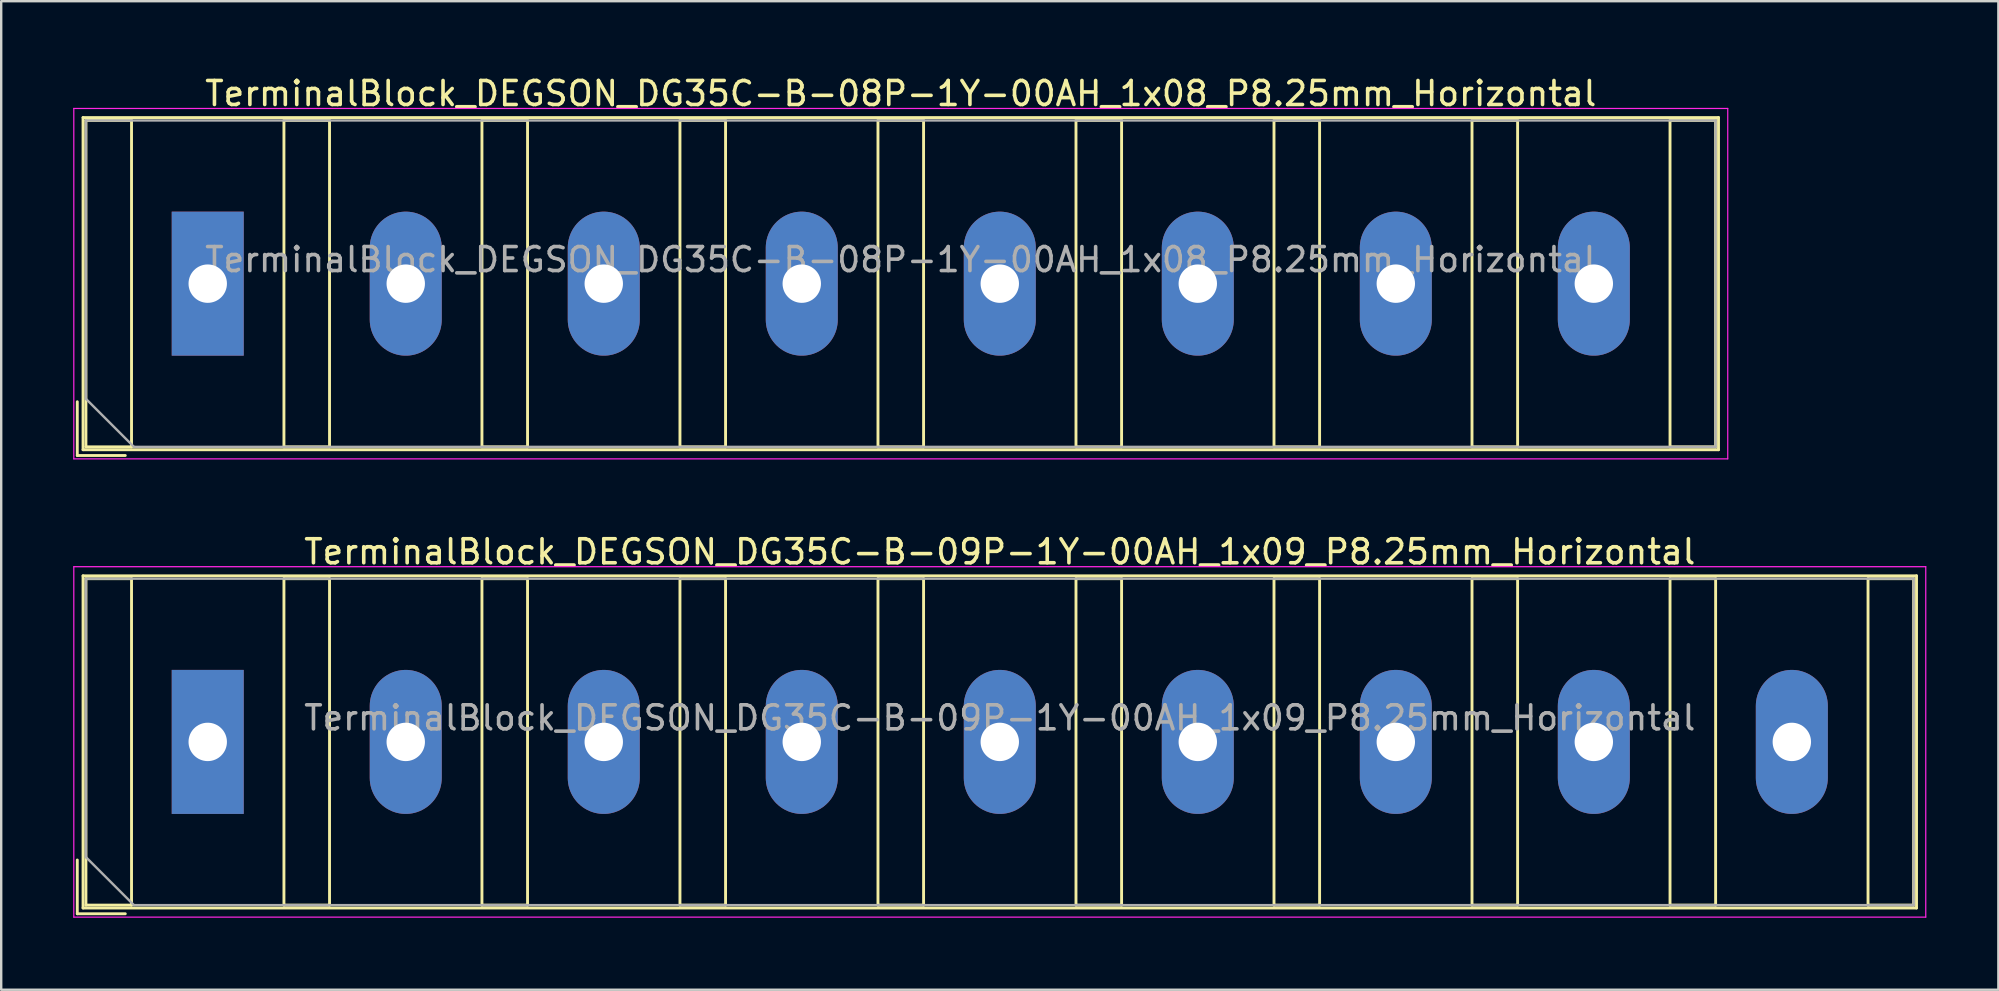
<source format=kicad_pcb>
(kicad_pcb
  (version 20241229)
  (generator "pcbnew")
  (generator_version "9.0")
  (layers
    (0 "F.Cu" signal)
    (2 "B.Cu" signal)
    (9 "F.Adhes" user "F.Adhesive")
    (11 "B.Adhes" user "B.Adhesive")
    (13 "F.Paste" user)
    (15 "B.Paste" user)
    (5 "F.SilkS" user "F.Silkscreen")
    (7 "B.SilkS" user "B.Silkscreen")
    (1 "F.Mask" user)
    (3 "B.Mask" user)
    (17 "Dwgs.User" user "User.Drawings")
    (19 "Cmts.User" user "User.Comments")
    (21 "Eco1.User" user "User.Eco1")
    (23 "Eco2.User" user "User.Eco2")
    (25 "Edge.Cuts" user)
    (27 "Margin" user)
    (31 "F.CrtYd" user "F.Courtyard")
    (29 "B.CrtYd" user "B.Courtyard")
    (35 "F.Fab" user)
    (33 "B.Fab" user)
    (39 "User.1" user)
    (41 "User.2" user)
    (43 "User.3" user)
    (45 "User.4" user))
  (footprint "TerminalBlock_DEGSON_DG35C-B-08P-1Y-00AH_1x08_P8.25mm_Horizontal"
    (layer "F.Cu")
    (at 5.605 8.768)
    (property "Reference" "TerminalBlock_DEGSON_DG35C-B-08P-1Y-00AH_1x08_P8.25mm_Horizontal" (at 28.875 -7.92 0) (layer "F.SilkS") (effects (font (size 1 1) (thickness 0.15))))
    (attr through_hole)
    (fp_line (start -1.98 -3.48) (end -1.98 3.48) (stroke (width 0.01) (type solid)) (layer "F.Mask"))
    (fp_line (start -1.98 3.48) (end 1.98 3.48) (stroke (width 0.01) (type solid)) (layer "F.Mask"))
    (fp_line (start 1.98 -3.48) (end -1.98 -3.48) (stroke (width 0.01) (type solid)) (layer "F.Mask"))
    (fp_line (start 1.98 3.48) (end 1.98 -3.48) (stroke (width 0.01) (type solid)) (layer "F.Mask"))
    (fp_line (start 6.27 -3.48) (end 6.27 3.48) (stroke (width 0.01) (type solid)) (layer "F.Mask"))
    (fp_line (start 6.27 3.48) (end 10.23 3.48) (stroke (width 0.01) (type solid)) (layer "F.Mask"))
    (fp_line (start 10.23 -3.48) (end 6.27 -3.48) (stroke (width 0.01) (type solid)) (layer "F.Mask"))
    (fp_line (start 10.23 3.48) (end 10.23 -3.48) (stroke (width 0.01) (type solid)) (layer "F.Mask"))
    (fp_line (start 14.52 -3.48) (end 14.52 3.48) (stroke (width 0.01) (type solid)) (layer "F.Mask"))
    (fp_line (start 14.52 3.48) (end 18.48 3.48) (stroke (width 0.01) (type solid)) (layer "F.Mask"))
    (fp_line (start 18.48 -3.48) (end 14.52 -3.48) (stroke (width 0.01) (type solid)) (layer "F.Mask"))
    (fp_line (start 18.48 3.48) (end 18.48 -3.48) (stroke (width 0.01) (type solid)) (layer "F.Mask"))
    (fp_line (start 22.77 -3.48) (end 22.77 3.48) (stroke (width 0.01) (type solid)) (layer "F.Mask"))
    (fp_line (start 22.77 3.48) (end 26.73 3.48) (stroke (width 0.01) (type solid)) (layer "F.Mask"))
    (fp_line (start 26.73 -3.48) (end 22.77 -3.48) (stroke (width 0.01) (type solid)) (layer "F.Mask"))
    (fp_line (start 26.73 3.48) (end 26.73 -3.48) (stroke (width 0.01) (type solid)) (layer "F.Mask"))
    (fp_line (start 31.02 -3.48) (end 31.02 3.48) (stroke (width 0.01) (type solid)) (layer "F.Mask"))
    (fp_line (start 31.02 3.48) (end 34.98 3.48) (stroke (width 0.01) (type solid)) (layer "F.Mask"))
    (fp_line (start 34.98 -3.48) (end 31.02 -3.48) (stroke (width 0.01) (type solid)) (layer "F.Mask"))
    (fp_line (start 34.98 3.48) (end 34.98 -3.48) (stroke (width 0.01) (type solid)) (layer "F.Mask"))
    (fp_line (start 39.27 -3.48) (end 39.27 3.48) (stroke (width 0.01) (type solid)) (layer "F.Mask"))
    (fp_line (start 39.27 3.48) (end 43.23 3.48) (stroke (width 0.01) (type solid)) (layer "F.Mask"))
    (fp_line (start 43.23 -3.48) (end 39.27 -3.48) (stroke (width 0.01) (type solid)) (layer "F.Mask"))
    (fp_line (start 43.23 3.48) (end 43.23 -3.48) (stroke (width 0.01) (type solid)) (layer "F.Mask"))
    (fp_line (start 47.52 -3.48) (end 47.52 3.48) (stroke (width 0.01) (type solid)) (layer "F.Mask"))
    (fp_line (start 47.52 3.48) (end 51.48 3.48) (stroke (width 0.01) (type solid)) (layer "F.Mask"))
    (fp_line (start 51.48 -3.48) (end 47.52 -3.48) (stroke (width 0.01) (type solid)) (layer "F.Mask"))
    (fp_line (start 51.48 3.48) (end 51.48 -3.48) (stroke (width 0.01) (type solid)) (layer "F.Mask"))
    (fp_line (start 55.77 -3.48) (end 55.77 3.48) (stroke (width 0.01) (type solid)) (layer "F.Mask"))
    (fp_line (start 55.77 3.48) (end 59.73 3.48) (stroke (width 0.01) (type solid)) (layer "F.Mask"))
    (fp_line (start 59.73 -3.48) (end 55.77 -3.48) (stroke (width 0.01) (type solid)) (layer "F.Mask"))
    (fp_line (start 59.73 3.48) (end 59.73 -3.48) (stroke (width 0.01) (type solid)) (layer "F.Mask"))
    (fp_line (start -5.435 4.92) (end -5.435 7.16) (stroke (width 0.12) (type solid)) (layer "F.SilkS"))
    (fp_line (start -5.435 7.16) (end -3.435 7.16) (stroke (width 0.12) (type solid)) (layer "F.SilkS"))
    (fp_line (start -5.195 -6.92) (end -5.195 6.92) (stroke (width 0.12) (type solid)) (layer "F.SilkS"))
    (fp_line (start -5.195 -6.92) (end 62.945 -6.92) (stroke (width 0.12) (type solid)) (layer "F.SilkS"))
    (fp_line (start -5.195 6.92) (end 62.945 6.92) (stroke (width 0.12) (type solid)) (layer "F.SilkS"))
    (fp_line (start -5.075 -6.8) (end -5.075 6.8) (stroke (width 0.12) (type solid)) (layer "F.SilkS"))
    (fp_line (start -5.075 6.8) (end -3.175 6.8) (stroke (width 0.12) (type solid)) (layer "F.SilkS"))
    (fp_line (start -3.175 -6.8) (end -5.075 -6.8) (stroke (width 0.12) (type solid)) (layer "F.SilkS"))
    (fp_line (start -3.175 6.8) (end -3.175 -6.8) (stroke (width 0.12) (type solid)) (layer "F.SilkS"))
    (fp_line (start 3.175 -6.8) (end 3.175 6.8) (stroke (width 0.12) (type solid)) (layer "F.SilkS"))
    (fp_line (start 3.175 6.8) (end 5.075 6.8) (stroke (width 0.12) (type solid)) (layer "F.SilkS"))
    (fp_line (start 5.075 -6.8) (end 3.175 -6.8) (stroke (width 0.12) (type solid)) (layer "F.SilkS"))
    (fp_line (start 5.075 6.8) (end 5.075 -6.8) (stroke (width 0.12) (type solid)) (layer "F.SilkS"))
    (fp_line (start 11.425 -6.8) (end 11.425 6.8) (stroke (width 0.12) (type solid)) (layer "F.SilkS"))
    (fp_line (start 11.425 6.8) (end 13.325 6.8) (stroke (width 0.12) (type solid)) (layer "F.SilkS"))
    (fp_line (start 13.325 -6.8) (end 11.425 -6.8) (stroke (width 0.12) (type solid)) (layer "F.SilkS"))
    (fp_line (start 13.325 6.8) (end 13.325 -6.8) (stroke (width 0.12) (type solid)) (layer "F.SilkS"))
    (fp_line (start 19.675 -6.8) (end 19.675 6.8) (stroke (width 0.12) (type solid)) (layer "F.SilkS"))
    (fp_line (start 19.675 6.8) (end 21.575 6.8) (stroke (width 0.12) (type solid)) (layer "F.SilkS"))
    (fp_line (start 21.575 -6.8) (end 19.675 -6.8) (stroke (width 0.12) (type solid)) (layer "F.SilkS"))
    (fp_line (start 21.575 6.8) (end 21.575 -6.8) (stroke (width 0.12) (type solid)) (layer "F.SilkS"))
    (fp_line (start 27.925 -6.8) (end 27.925 6.8) (stroke (width 0.12) (type solid)) (layer "F.SilkS"))
    (fp_line (start 27.925 6.8) (end 29.825 6.8) (stroke (width 0.12) (type solid)) (layer "F.SilkS"))
    (fp_line (start 29.825 -6.8) (end 27.925 -6.8) (stroke (width 0.12) (type solid)) (layer "F.SilkS"))
    (fp_line (start 29.825 6.8) (end 29.825 -6.8) (stroke (width 0.12) (type solid)) (layer "F.SilkS"))
    (fp_line (start 36.175 -6.8) (end 36.175 6.8) (stroke (width 0.12) (type solid)) (layer "F.SilkS"))
    (fp_line (start 36.175 6.8) (end 38.075 6.8) (stroke (width 0.12) (type solid)) (layer "F.SilkS"))
    (fp_line (start 38.075 -6.8) (end 36.175 -6.8) (stroke (width 0.12) (type solid)) (layer "F.SilkS"))
    (fp_line (start 38.075 6.8) (end 38.075 -6.8) (stroke (width 0.12) (type solid)) (layer "F.SilkS"))
    (fp_line (start 44.425 -6.8) (end 44.425 6.8) (stroke (width 0.12) (type solid)) (layer "F.SilkS"))
    (fp_line (start 44.425 6.8) (end 46.325 6.8) (stroke (width 0.12) (type solid)) (layer "F.SilkS"))
    (fp_line (start 46.325 -6.8) (end 44.425 -6.8) (stroke (width 0.12) (type solid)) (layer "F.SilkS"))
    (fp_line (start 46.325 6.8) (end 46.325 -6.8) (stroke (width 0.12) (type solid)) (layer "F.SilkS"))
    (fp_line (start 52.675 -6.8) (end 52.675 6.8) (stroke (width 0.12) (type solid)) (layer "F.SilkS"))
    (fp_line (start 52.675 6.8) (end 54.575 6.8) (stroke (width 0.12) (type solid)) (layer "F.SilkS"))
    (fp_line (start 54.575 -6.8) (end 52.675 -6.8) (stroke (width 0.12) (type solid)) (layer "F.SilkS"))
    (fp_line (start 54.575 6.8) (end 54.575 -6.8) (stroke (width 0.12) (type solid)) (layer "F.SilkS"))
    (fp_line (start 60.925 -6.8) (end 60.925 6.8) (stroke (width 0.12) (type solid)) (layer "F.SilkS"))
    (fp_line (start 60.925 6.8) (end 62.825 6.8) (stroke (width 0.12) (type solid)) (layer "F.SilkS"))
    (fp_line (start 62.825 -6.8) (end 60.925 -6.8) (stroke (width 0.12) (type solid)) (layer "F.SilkS"))
    (fp_line (start 62.825 6.8) (end 62.825 -6.8) (stroke (width 0.12) (type solid)) (layer "F.SilkS"))
    (fp_line (start 62.945 -6.92) (end 62.945 6.92) (stroke (width 0.12) (type solid)) (layer "F.SilkS"))
    (fp_line (start -5.58 -7.3) (end -5.58 7.3) (stroke (width 0.05) (type solid)) (layer "F.CrtYd"))
    (fp_line (start -5.58 7.3) (end 63.33 7.3) (stroke (width 0.05) (type solid)) (layer "F.CrtYd"))
    (fp_line (start 63.33 -7.3) (end -5.58 -7.3) (stroke (width 0.05) (type solid)) (layer "F.CrtYd"))
    (fp_line (start 63.33 7.3) (end 63.33 -7.3) (stroke (width 0.05) (type solid)) (layer "F.CrtYd"))
    (fp_line (start -5.075 -6.8) (end 62.825 -6.8) (stroke (width 0.1) (type solid)) (layer "F.Fab"))
    (fp_line (start -5.075 4.8) (end -5.075 -6.8) (stroke (width 0.1) (type solid)) (layer "F.Fab"))
    (fp_line (start -3.075 6.8) (end -5.075 4.8) (stroke (width 0.1) (type solid)) (layer "F.Fab"))
    (fp_line (start 62.825 -6.8) (end 62.825 6.8) (stroke (width 0.1) (type solid)) (layer "F.Fab"))
    (fp_line (start 62.825 6.8) (end -3.075 6.8) (stroke (width 0.1) (type solid)) (layer "F.Fab"))
    (fp_text user "${REFERENCE}" (at 28.875 -1 0) (layer "F.Fab") (effects (font (size 1 1) (thickness 0.15))))
    (pad "1" thru_hole rect (at 0 0) (size 3 6) (drill 1.6) (layers "*.Cu" "*.Mask"))
    (pad "2" thru_hole oval (at 8.25 0) (size 3 6) (drill 1.6) (layers "*.Cu" "*.Mask"))
    (pad "3" thru_hole oval (at 16.5 0) (size 3 6) (drill 1.6) (layers "*.Cu" "*.Mask"))
    (pad "4" thru_hole oval (at 24.75 0) (size 3 6) (drill 1.6) (layers "*.Cu" "*.Mask"))
    (pad "5" thru_hole oval (at 33 0) (size 3 6) (drill 1.6) (layers "*.Cu" "*.Mask"))
    (pad "6" thru_hole oval (at 41.25 0) (size 3 6) (drill 1.6) (layers "*.Cu" "*.Mask"))
    (pad "7" thru_hole oval (at 49.5 0) (size 3 6) (drill 1.6) (layers "*.Cu" "*.Mask"))
    (pad "8" thru_hole oval (at 57.75 0) (size 3 6) (drill 1.6) (layers "*.Cu" "*.Mask")))
  (footprint "TerminalBlock_DEGSON_DG35C-B-09P-1Y-00AH_1x09_P8.25mm_Horizontal"
    (layer "F.Cu")
    (at 5.605 27.861)
    (property "Reference" "TerminalBlock_DEGSON_DG35C-B-09P-1Y-00AH_1x09_P8.25mm_Horizontal" (at 33 -7.92 0) (layer "F.SilkS") (effects (font (size 1 1) (thickness 0.15))))
    (attr through_hole)
    (fp_line (start -1.98 -3.48) (end -1.98 3.48) (stroke (width 0.01) (type solid)) (layer "F.Mask"))
    (fp_line (start -1.98 3.48) (end 1.98 3.48) (stroke (width 0.01) (type solid)) (layer "F.Mask"))
    (fp_line (start 1.98 -3.48) (end -1.98 -3.48) (stroke (width 0.01) (type solid)) (layer "F.Mask"))
    (fp_line (start 1.98 3.48) (end 1.98 -3.48) (stroke (width 0.01) (type solid)) (layer "F.Mask"))
    (fp_line (start 6.27 -3.48) (end 6.27 3.48) (stroke (width 0.01) (type solid)) (layer "F.Mask"))
    (fp_line (start 6.27 3.48) (end 10.23 3.48) (stroke (width 0.01) (type solid)) (layer "F.Mask"))
    (fp_line (start 10.23 -3.48) (end 6.27 -3.48) (stroke (width 0.01) (type solid)) (layer "F.Mask"))
    (fp_line (start 10.23 3.48) (end 10.23 -3.48) (stroke (width 0.01) (type solid)) (layer "F.Mask"))
    (fp_line (start 14.52 -3.48) (end 14.52 3.48) (stroke (width 0.01) (type solid)) (layer "F.Mask"))
    (fp_line (start 14.52 3.48) (end 18.48 3.48) (stroke (width 0.01) (type solid)) (layer "F.Mask"))
    (fp_line (start 18.48 -3.48) (end 14.52 -3.48) (stroke (width 0.01) (type solid)) (layer "F.Mask"))
    (fp_line (start 18.48 3.48) (end 18.48 -3.48) (stroke (width 0.01) (type solid)) (layer "F.Mask"))
    (fp_line (start 22.77 -3.48) (end 22.77 3.48) (stroke (width 0.01) (type solid)) (layer "F.Mask"))
    (fp_line (start 22.77 3.48) (end 26.73 3.48) (stroke (width 0.01) (type solid)) (layer "F.Mask"))
    (fp_line (start 26.73 -3.48) (end 22.77 -3.48) (stroke (width 0.01) (type solid)) (layer "F.Mask"))
    (fp_line (start 26.73 3.48) (end 26.73 -3.48) (stroke (width 0.01) (type solid)) (layer "F.Mask"))
    (fp_line (start 31.02 -3.48) (end 31.02 3.48) (stroke (width 0.01) (type solid)) (layer "F.Mask"))
    (fp_line (start 31.02 3.48) (end 34.98 3.48) (stroke (width 0.01) (type solid)) (layer "F.Mask"))
    (fp_line (start 34.98 -3.48) (end 31.02 -3.48) (stroke (width 0.01) (type solid)) (layer "F.Mask"))
    (fp_line (start 34.98 3.48) (end 34.98 -3.48) (stroke (width 0.01) (type solid)) (layer "F.Mask"))
    (fp_line (start 39.27 -3.48) (end 39.27 3.48) (stroke (width 0.01) (type solid)) (layer "F.Mask"))
    (fp_line (start 39.27 3.48) (end 43.23 3.48) (stroke (width 0.01) (type solid)) (layer "F.Mask"))
    (fp_line (start 43.23 -3.48) (end 39.27 -3.48) (stroke (width 0.01) (type solid)) (layer "F.Mask"))
    (fp_line (start 43.23 3.48) (end 43.23 -3.48) (stroke (width 0.01) (type solid)) (layer "F.Mask"))
    (fp_line (start 47.52 -3.48) (end 47.52 3.48) (stroke (width 0.01) (type solid)) (layer "F.Mask"))
    (fp_line (start 47.52 3.48) (end 51.48 3.48) (stroke (width 0.01) (type solid)) (layer "F.Mask"))
    (fp_line (start 51.48 -3.48) (end 47.52 -3.48) (stroke (width 0.01) (type solid)) (layer "F.Mask"))
    (fp_line (start 51.48 3.48) (end 51.48 -3.48) (stroke (width 0.01) (type solid)) (layer "F.Mask"))
    (fp_line (start 55.77 -3.48) (end 55.77 3.48) (stroke (width 0.01) (type solid)) (layer "F.Mask"))
    (fp_line (start 55.77 3.48) (end 59.73 3.48) (stroke (width 0.01) (type solid)) (layer "F.Mask"))
    (fp_line (start 59.73 -3.48) (end 55.77 -3.48) (stroke (width 0.01) (type solid)) (layer "F.Mask"))
    (fp_line (start 59.73 3.48) (end 59.73 -3.48) (stroke (width 0.01) (type solid)) (layer "F.Mask"))
    (fp_line (start 64.02 -3.48) (end 64.02 3.48) (stroke (width 0.01) (type solid)) (layer "F.Mask"))
    (fp_line (start 64.02 3.48) (end 67.98 3.48) (stroke (width 0.01) (type solid)) (layer "F.Mask"))
    (fp_line (start 67.98 -3.48) (end 64.02 -3.48) (stroke (width 0.01) (type solid)) (layer "F.Mask"))
    (fp_line (start 67.98 3.48) (end 67.98 -3.48) (stroke (width 0.01) (type solid)) (layer "F.Mask"))
    (fp_line (start -5.435 4.92) (end -5.435 7.16) (stroke (width 0.12) (type solid)) (layer "F.SilkS"))
    (fp_line (start -5.435 7.16) (end -3.435 7.16) (stroke (width 0.12) (type solid)) (layer "F.SilkS"))
    (fp_line (start -5.195 -6.92) (end -5.195 6.92) (stroke (width 0.12) (type solid)) (layer "F.SilkS"))
    (fp_line (start -5.195 -6.92) (end 71.195 -6.92) (stroke (width 0.12) (type solid)) (layer "F.SilkS"))
    (fp_line (start -5.195 6.92) (end 71.195 6.92) (stroke (width 0.12) (type solid)) (layer "F.SilkS"))
    (fp_line (start -5.075 -6.8) (end -5.075 6.8) (stroke (width 0.12) (type solid)) (layer "F.SilkS"))
    (fp_line (start -5.075 6.8) (end -3.175 6.8) (stroke (width 0.12) (type solid)) (layer "F.SilkS"))
    (fp_line (start -3.175 -6.8) (end -5.075 -6.8) (stroke (width 0.12) (type solid)) (layer "F.SilkS"))
    (fp_line (start -3.175 6.8) (end -3.175 -6.8) (stroke (width 0.12) (type solid)) (layer "F.SilkS"))
    (fp_line (start 3.175 -6.8) (end 3.175 6.8) (stroke (width 0.12) (type solid)) (layer "F.SilkS"))
    (fp_line (start 3.175 6.8) (end 5.075 6.8) (stroke (width 0.12) (type solid)) (layer "F.SilkS"))
    (fp_line (start 5.075 -6.8) (end 3.175 -6.8) (stroke (width 0.12) (type solid)) (layer "F.SilkS"))
    (fp_line (start 5.075 6.8) (end 5.075 -6.8) (stroke (width 0.12) (type solid)) (layer "F.SilkS"))
    (fp_line (start 11.425 -6.8) (end 11.425 6.8) (stroke (width 0.12) (type solid)) (layer "F.SilkS"))
    (fp_line (start 11.425 6.8) (end 13.325 6.8) (stroke (width 0.12) (type solid)) (layer "F.SilkS"))
    (fp_line (start 13.325 -6.8) (end 11.425 -6.8) (stroke (width 0.12) (type solid)) (layer "F.SilkS"))
    (fp_line (start 13.325 6.8) (end 13.325 -6.8) (stroke (width 0.12) (type solid)) (layer "F.SilkS"))
    (fp_line (start 19.675 -6.8) (end 19.675 6.8) (stroke (width 0.12) (type solid)) (layer "F.SilkS"))
    (fp_line (start 19.675 6.8) (end 21.575 6.8) (stroke (width 0.12) (type solid)) (layer "F.SilkS"))
    (fp_line (start 21.575 -6.8) (end 19.675 -6.8) (stroke (width 0.12) (type solid)) (layer "F.SilkS"))
    (fp_line (start 21.575 6.8) (end 21.575 -6.8) (stroke (width 0.12) (type solid)) (layer "F.SilkS"))
    (fp_line (start 27.925 -6.8) (end 27.925 6.8) (stroke (width 0.12) (type solid)) (layer "F.SilkS"))
    (fp_line (start 27.925 6.8) (end 29.825 6.8) (stroke (width 0.12) (type solid)) (layer "F.SilkS"))
    (fp_line (start 29.825 -6.8) (end 27.925 -6.8) (stroke (width 0.12) (type solid)) (layer "F.SilkS"))
    (fp_line (start 29.825 6.8) (end 29.825 -6.8) (stroke (width 0.12) (type solid)) (layer "F.SilkS"))
    (fp_line (start 36.175 -6.8) (end 36.175 6.8) (stroke (width 0.12) (type solid)) (layer "F.SilkS"))
    (fp_line (start 36.175 6.8) (end 38.075 6.8) (stroke (width 0.12) (type solid)) (layer "F.SilkS"))
    (fp_line (start 38.075 -6.8) (end 36.175 -6.8) (stroke (width 0.12) (type solid)) (layer "F.SilkS"))
    (fp_line (start 38.075 6.8) (end 38.075 -6.8) (stroke (width 0.12) (type solid)) (layer "F.SilkS"))
    (fp_line (start 44.425 -6.8) (end 44.425 6.8) (stroke (width 0.12) (type solid)) (layer "F.SilkS"))
    (fp_line (start 44.425 6.8) (end 46.325 6.8) (stroke (width 0.12) (type solid)) (layer "F.SilkS"))
    (fp_line (start 46.325 -6.8) (end 44.425 -6.8) (stroke (width 0.12) (type solid)) (layer "F.SilkS"))
    (fp_line (start 46.325 6.8) (end 46.325 -6.8) (stroke (width 0.12) (type solid)) (layer "F.SilkS"))
    (fp_line (start 52.675 -6.8) (end 52.675 6.8) (stroke (width 0.12) (type solid)) (layer "F.SilkS"))
    (fp_line (start 52.675 6.8) (end 54.575 6.8) (stroke (width 0.12) (type solid)) (layer "F.SilkS"))
    (fp_line (start 54.575 -6.8) (end 52.675 -6.8) (stroke (width 0.12) (type solid)) (layer "F.SilkS"))
    (fp_line (start 54.575 6.8) (end 54.575 -6.8) (stroke (width 0.12) (type solid)) (layer "F.SilkS"))
    (fp_line (start 60.925 -6.8) (end 60.925 6.8) (stroke (width 0.12) (type solid)) (layer "F.SilkS"))
    (fp_line (start 60.925 6.8) (end 62.825 6.8) (stroke (width 0.12) (type solid)) (layer "F.SilkS"))
    (fp_line (start 62.825 -6.8) (end 60.925 -6.8) (stroke (width 0.12) (type solid)) (layer "F.SilkS"))
    (fp_line (start 62.825 6.8) (end 62.825 -6.8) (stroke (width 0.12) (type solid)) (layer "F.SilkS"))
    (fp_line (start 69.175 -6.8) (end 69.175 6.8) (stroke (width 0.12) (type solid)) (layer "F.SilkS"))
    (fp_line (start 69.175 6.8) (end 71.075 6.8) (stroke (width 0.12) (type solid)) (layer "F.SilkS"))
    (fp_line (start 71.075 -6.8) (end 69.175 -6.8) (stroke (width 0.12) (type solid)) (layer "F.SilkS"))
    (fp_line (start 71.075 6.8) (end 71.075 -6.8) (stroke (width 0.12) (type solid)) (layer "F.SilkS"))
    (fp_line (start 71.195 -6.92) (end 71.195 6.92) (stroke (width 0.12) (type solid)) (layer "F.SilkS"))
    (fp_line (start -5.58 -7.3) (end -5.58 7.3) (stroke (width 0.05) (type solid)) (layer "F.CrtYd"))
    (fp_line (start -5.58 7.3) (end 71.58 7.3) (stroke (width 0.05) (type solid)) (layer "F.CrtYd"))
    (fp_line (start 71.58 -7.3) (end -5.58 -7.3) (stroke (width 0.05) (type solid)) (layer "F.CrtYd"))
    (fp_line (start 71.58 7.3) (end 71.58 -7.3) (stroke (width 0.05) (type solid)) (layer "F.CrtYd"))
    (fp_line (start -5.075 -6.8) (end 71.075 -6.8) (stroke (width 0.1) (type solid)) (layer "F.Fab"))
    (fp_line (start -5.075 4.8) (end -5.075 -6.8) (stroke (width 0.1) (type solid)) (layer "F.Fab"))
    (fp_line (start -3.075 6.8) (end -5.075 4.8) (stroke (width 0.1) (type solid)) (layer "F.Fab"))
    (fp_line (start 71.075 -6.8) (end 71.075 6.8) (stroke (width 0.1) (type solid)) (layer "F.Fab"))
    (fp_line (start 71.075 6.8) (end -3.075 6.8) (stroke (width 0.1) (type solid)) (layer "F.Fab"))
    (fp_text user "${REFERENCE}" (at 33 -1 0) (layer "F.Fab") (effects (font (size 1 1) (thickness 0.15))))
    (pad "1" thru_hole rect (at 0 0) (size 3 6) (drill 1.6) (layers "*.Cu" "*.Mask"))
    (pad "2" thru_hole oval (at 8.25 0) (size 3 6) (drill 1.6) (layers "*.Cu" "*.Mask"))
    (pad "3" thru_hole oval (at 16.5 0) (size 3 6) (drill 1.6) (layers "*.Cu" "*.Mask"))
    (pad "4" thru_hole oval (at 24.75 0) (size 3 6) (drill 1.6) (layers "*.Cu" "*.Mask"))
    (pad "5" thru_hole oval (at 33 0) (size 3 6) (drill 1.6) (layers "*.Cu" "*.Mask"))
    (pad "6" thru_hole oval (at 41.25 0) (size 3 6) (drill 1.6) (layers "*.Cu" "*.Mask"))
    (pad "7" thru_hole oval (at 49.5 0) (size 3 6) (drill 1.6) (layers "*.Cu" "*.Mask"))
    (pad "8" thru_hole oval (at 57.75 0) (size 3 6) (drill 1.6) (layers "*.Cu" "*.Mask"))
    (pad "9" thru_hole oval (at 66 0) (size 3 6) (drill 1.6) (layers "*.Cu" "*.Mask")))
  (gr_rect
    (start -3 -3)
    (end 80.21 38.187)
    (stroke (width 0.1) (type default))
    (fill no)
    (layer "Edge.Cuts")))
</source>
